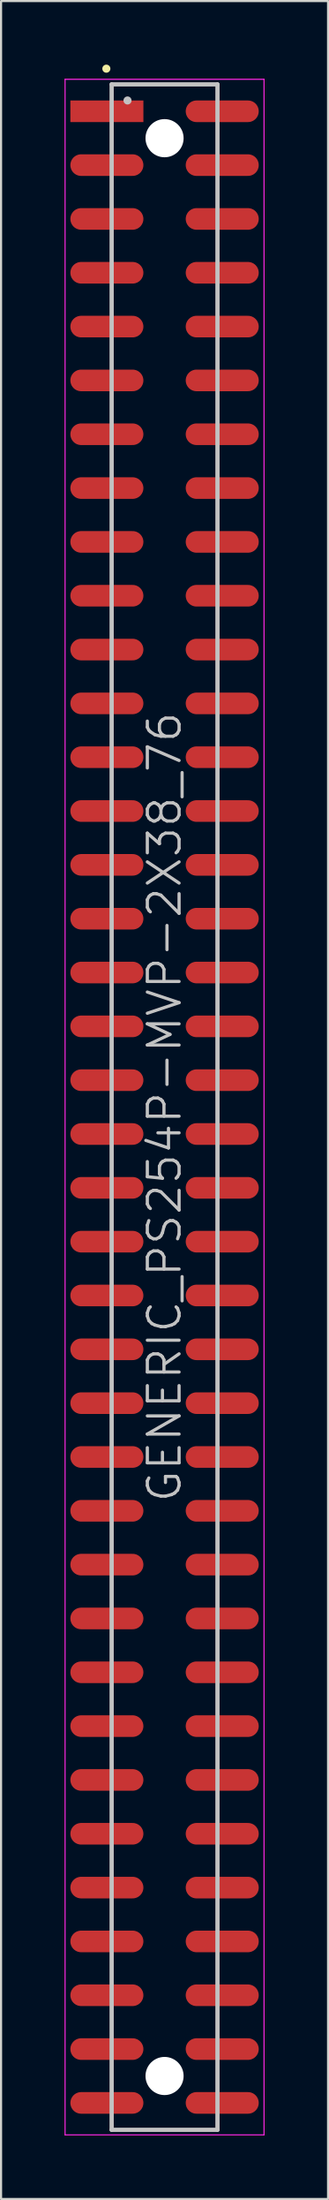
<source format=kicad_pcb>
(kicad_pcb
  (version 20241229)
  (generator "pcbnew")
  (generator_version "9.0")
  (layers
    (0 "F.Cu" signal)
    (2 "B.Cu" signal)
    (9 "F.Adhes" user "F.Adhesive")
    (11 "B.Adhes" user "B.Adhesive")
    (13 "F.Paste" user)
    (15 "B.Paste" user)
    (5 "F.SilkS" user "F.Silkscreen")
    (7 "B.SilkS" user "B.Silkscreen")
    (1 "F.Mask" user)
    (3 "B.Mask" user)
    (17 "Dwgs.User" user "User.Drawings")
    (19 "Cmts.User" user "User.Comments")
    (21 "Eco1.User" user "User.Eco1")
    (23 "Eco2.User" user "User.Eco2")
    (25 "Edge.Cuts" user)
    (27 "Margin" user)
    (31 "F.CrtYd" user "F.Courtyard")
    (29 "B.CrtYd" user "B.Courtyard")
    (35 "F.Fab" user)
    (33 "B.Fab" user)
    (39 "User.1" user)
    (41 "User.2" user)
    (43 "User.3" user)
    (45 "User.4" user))
  (footprint "GENERIC_PS254P-MVP-2X38_76"
    (layer "F.Cu")
    (at 4.725 49.191)
    (property "Reference" "GENERIC_PS254P-MVP-2X38_76" (at 0 0 90) (layer "Dwgs.User") (effects (font (size 1.5 1.5) (thickness 0.15))))
    (attr smd)
    (fp_line (start -2.75 -49) (end -2.75 -49) (stroke (width 0.381) (type solid)) (layer "F.SilkS"))
    (fp_line (start -2.5 -48.26) (end -2.5 48.26) (stroke (width 0.2) (type solid)) (layer "Dwgs.User"))
    (fp_line (start -2.5 -48.26) (end 2.5 -48.26) (stroke (width 0.2) (type solid)) (layer "Dwgs.User"))
    (fp_line (start -2.5 48.26) (end 2.5 48.26) (stroke (width 0.2) (type solid)) (layer "Dwgs.User"))
    (fp_line (start -1.75 -47.5) (end -1.75 -47.5) (stroke (width 0.381) (type solid)) (layer "Dwgs.User"))
    (fp_line (start 2.5 -48.26) (end 2.5 48.26) (stroke (width 0.2) (type solid)) (layer "Dwgs.User"))
    (fp_line (start -4.7 -48.5) (end -4.7 48.5) (stroke (width 0.05) (type solid)) (layer "F.CrtYd"))
    (fp_line (start -4.7 -48.5) (end 4.7 -48.5) (stroke (width 0.05) (type solid)) (layer "F.CrtYd"))
    (fp_line (start -4.7 48.5) (end 4.7 48.5) (stroke (width 0.05) (type solid)) (layer "F.CrtYd"))
    (fp_line (start 4.7 -48.5) (end 4.7 48.5) (stroke (width 0.05) (type solid)) (layer "F.CrtYd"))
    (pad "" np_thru_hole circle (at 0 -45.72 270) (size 1.8 1.8) (drill 1.8) (layers "*.Cu" "*.Mask"))
    (pad "" np_thru_hole circle (at 0 45.72 270) (size 1.8 1.8) (drill 1.8) (layers "*.Cu" "*.Mask"))
    (pad "1" smd rect (at -2.725 -46.99 270) (size 1.02 3.45) (layers "F.Cu" "F.Mask" "F.Paste"))
    (pad "2" smd oval (at 2.725 -46.99 270) (size 1.02 3.45) (layers "F.Cu" "F.Mask" "F.Paste"))
    (pad "3" smd oval (at -2.725 -44.45 270) (size 1.02 3.45) (layers "F.Cu" "F.Mask" "F.Paste"))
    (pad "4" smd oval (at 2.725 -44.45 270) (size 1.02 3.45) (layers "F.Cu" "F.Mask" "F.Paste"))
    (pad "5" smd oval (at -2.725 -41.91 270) (size 1.02 3.45) (layers "F.Cu" "F.Mask" "F.Paste"))
    (pad "6" smd oval (at 2.725 -41.91 270) (size 1.02 3.45) (layers "F.Cu" "F.Mask" "F.Paste"))
    (pad "7" smd oval (at -2.725 -39.37 270) (size 1.02 3.45) (layers "F.Cu" "F.Mask" "F.Paste"))
    (pad "8" smd oval (at 2.725 -39.37 270) (size 1.02 3.45) (layers "F.Cu" "F.Mask" "F.Paste"))
    (pad "9" smd oval (at -2.725 -36.83 270) (size 1.02 3.45) (layers "F.Cu" "F.Mask" "F.Paste"))
    (pad "10" smd oval (at 2.725 -36.83 270) (size 1.02 3.45) (layers "F.Cu" "F.Mask" "F.Paste"))
    (pad "11" smd oval (at -2.725 -34.29 270) (size 1.02 3.45) (layers "F.Cu" "F.Mask" "F.Paste"))
    (pad "12" smd oval (at 2.725 -34.29 270) (size 1.02 3.45) (layers "F.Cu" "F.Mask" "F.Paste"))
    (pad "13" smd oval (at -2.725 -31.75 270) (size 1.02 3.45) (layers "F.Cu" "F.Mask" "F.Paste"))
    (pad "14" smd oval (at 2.725 -31.75 270) (size 1.02 3.45) (layers "F.Cu" "F.Mask" "F.Paste"))
    (pad "15" smd oval (at -2.725 -29.21 270) (size 1.02 3.45) (layers "F.Cu" "F.Mask" "F.Paste"))
    (pad "16" smd oval (at 2.725 -29.21 270) (size 1.02 3.45) (layers "F.Cu" "F.Mask" "F.Paste"))
    (pad "17" smd oval (at -2.725 -26.67 270) (size 1.02 3.45) (layers "F.Cu" "F.Mask" "F.Paste"))
    (pad "18" smd oval (at 2.725 -26.67 270) (size 1.02 3.45) (layers "F.Cu" "F.Mask" "F.Paste"))
    (pad "19" smd oval (at -2.725 -24.13 270) (size 1.02 3.45) (layers "F.Cu" "F.Mask" "F.Paste"))
    (pad "20" smd oval (at 2.725 -24.13 270) (size 1.02 3.45) (layers "F.Cu" "F.Mask" "F.Paste"))
    (pad "21" smd oval (at -2.725 -21.59 270) (size 1.02 3.45) (layers "F.Cu" "F.Mask" "F.Paste"))
    (pad "22" smd oval (at 2.725 -21.59 270) (size 1.02 3.45) (layers "F.Cu" "F.Mask" "F.Paste"))
    (pad "23" smd oval (at -2.725 -19.05 270) (size 1.02 3.45) (layers "F.Cu" "F.Mask" "F.Paste"))
    (pad "24" smd oval (at 2.725 -19.05 270) (size 1.02 3.45) (layers "F.Cu" "F.Mask" "F.Paste"))
    (pad "25" smd oval (at -2.725 -16.51 270) (size 1.02 3.45) (layers "F.Cu" "F.Mask" "F.Paste"))
    (pad "26" smd oval (at 2.725 -16.51 270) (size 1.02 3.45) (layers "F.Cu" "F.Mask" "F.Paste"))
    (pad "27" smd oval (at -2.725 -13.97 270) (size 1.02 3.45) (layers "F.Cu" "F.Mask" "F.Paste"))
    (pad "28" smd oval (at 2.725 -13.97 270) (size 1.02 3.45) (layers "F.Cu" "F.Mask" "F.Paste"))
    (pad "29" smd oval (at -2.725 -11.43 270) (size 1.02 3.45) (layers "F.Cu" "F.Mask" "F.Paste"))
    (pad "30" smd oval (at 2.725 -11.43 270) (size 1.02 3.45) (layers "F.Cu" "F.Mask" "F.Paste"))
    (pad "31" smd oval (at -2.725 -8.89 270) (size 1.02 3.45) (layers "F.Cu" "F.Mask" "F.Paste"))
    (pad "32" smd oval (at 2.725 -8.89 270) (size 1.02 3.45) (layers "F.Cu" "F.Mask" "F.Paste"))
    (pad "33" smd oval (at -2.725 -6.35 270) (size 1.02 3.45) (layers "F.Cu" "F.Mask" "F.Paste"))
    (pad "34" smd oval (at 2.725 -6.35 270) (size 1.02 3.45) (layers "F.Cu" "F.Mask" "F.Paste"))
    (pad "35" smd oval (at -2.725 -3.81 270) (size 1.02 3.45) (layers "F.Cu" "F.Mask" "F.Paste"))
    (pad "36" smd oval (at 2.725 -3.81 270) (size 1.02 3.45) (layers "F.Cu" "F.Mask" "F.Paste"))
    (pad "37" smd oval (at -2.725 -1.27 270) (size 1.02 3.45) (layers "F.Cu" "F.Mask" "F.Paste"))
    (pad "38" smd oval (at 2.725 -1.27 270) (size 1.02 3.45) (layers "F.Cu" "F.Mask" "F.Paste"))
    (pad "39" smd oval (at -2.725 1.27 270) (size 1.02 3.45) (layers "F.Cu" "F.Mask" "F.Paste"))
    (pad "40" smd oval (at 2.725 1.27 270) (size 1.02 3.45) (layers "F.Cu" "F.Mask" "F.Paste"))
    (pad "41" smd oval (at -2.725 3.81 270) (size 1.02 3.45) (layers "F.Cu" "F.Mask" "F.Paste"))
    (pad "42" smd oval (at 2.725 3.81 270) (size 1.02 3.45) (layers "F.Cu" "F.Mask" "F.Paste"))
    (pad "43" smd oval (at -2.725 6.35 270) (size 1.02 3.45) (layers "F.Cu" "F.Mask" "F.Paste"))
    (pad "44" smd oval (at 2.725 6.35 270) (size 1.02 3.45) (layers "F.Cu" "F.Mask" "F.Paste"))
    (pad "45" smd oval (at -2.725 8.89 270) (size 1.02 3.45) (layers "F.Cu" "F.Mask" "F.Paste"))
    (pad "46" smd oval (at 2.725 8.89 270) (size 1.02 3.45) (layers "F.Cu" "F.Mask" "F.Paste"))
    (pad "47" smd oval (at -2.725 11.43 270) (size 1.02 3.45) (layers "F.Cu" "F.Mask" "F.Paste"))
    (pad "48" smd oval (at 2.725 11.43 270) (size 1.02 3.45) (layers "F.Cu" "F.Mask" "F.Paste"))
    (pad "49" smd oval (at -2.725 13.97 270) (size 1.02 3.45) (layers "F.Cu" "F.Mask" "F.Paste"))
    (pad "50" smd oval (at 2.725 13.97 270) (size 1.02 3.45) (layers "F.Cu" "F.Mask" "F.Paste"))
    (pad "51" smd oval (at -2.725 16.51 270) (size 1.02 3.45) (layers "F.Cu" "F.Mask" "F.Paste"))
    (pad "52" smd oval (at 2.725 16.51 270) (size 1.02 3.45) (layers "F.Cu" "F.Mask" "F.Paste"))
    (pad "53" smd oval (at -2.725 19.05 270) (size 1.02 3.45) (layers "F.Cu" "F.Mask" "F.Paste"))
    (pad "54" smd oval (at 2.725 19.05 270) (size 1.02 3.45) (layers "F.Cu" "F.Mask" "F.Paste"))
    (pad "55" smd oval (at -2.725 21.59 270) (size 1.02 3.45) (layers "F.Cu" "F.Mask" "F.Paste"))
    (pad "56" smd oval (at 2.725 21.59 270) (size 1.02 3.45) (layers "F.Cu" "F.Mask" "F.Paste"))
    (pad "57" smd oval (at -2.725 24.13 270) (size 1.02 3.45) (layers "F.Cu" "F.Mask" "F.Paste"))
    (pad "58" smd oval (at 2.725 24.13 270) (size 1.02 3.45) (layers "F.Cu" "F.Mask" "F.Paste"))
    (pad "59" smd oval (at -2.725 26.67 270) (size 1.02 3.45) (layers "F.Cu" "F.Mask" "F.Paste"))
    (pad "60" smd oval (at 2.725 26.67 270) (size 1.02 3.45) (layers "F.Cu" "F.Mask" "F.Paste"))
    (pad "61" smd oval (at -2.725 29.21 270) (size 1.02 3.45) (layers "F.Cu" "F.Mask" "F.Paste"))
    (pad "62" smd oval (at 2.725 29.21 270) (size 1.02 3.45) (layers "F.Cu" "F.Mask" "F.Paste"))
    (pad "63" smd oval (at -2.725 31.75 270) (size 1.02 3.45) (layers "F.Cu" "F.Mask" "F.Paste"))
    (pad "64" smd oval (at 2.725 31.75 270) (size 1.02 3.45) (layers "F.Cu" "F.Mask" "F.Paste"))
    (pad "65" smd oval (at -2.725 34.29 270) (size 1.02 3.45) (layers "F.Cu" "F.Mask" "F.Paste"))
    (pad "66" smd oval (at 2.725 34.29 270) (size 1.02 3.45) (layers "F.Cu" "F.Mask" "F.Paste"))
    (pad "67" smd oval (at -2.725 36.83 270) (size 1.02 3.45) (layers "F.Cu" "F.Mask" "F.Paste"))
    (pad "68" smd oval (at 2.725 36.83 270) (size 1.02 3.45) (layers "F.Cu" "F.Mask" "F.Paste"))
    (pad "69" smd oval (at -2.725 39.37 270) (size 1.02 3.45) (layers "F.Cu" "F.Mask" "F.Paste"))
    (pad "70" smd oval (at 2.725 39.37 270) (size 1.02 3.45) (layers "F.Cu" "F.Mask" "F.Paste"))
    (pad "71" smd oval (at -2.725 41.91 270) (size 1.02 3.45) (layers "F.Cu" "F.Mask" "F.Paste"))
    (pad "72" smd oval (at 2.725 41.91 270) (size 1.02 3.45) (layers "F.Cu" "F.Mask" "F.Paste"))
    (pad "73" smd oval (at -2.725 44.45 270) (size 1.02 3.45) (layers "F.Cu" "F.Mask" "F.Paste"))
    (pad "74" smd oval (at 2.725 44.45 270) (size 1.02 3.45) (layers "F.Cu" "F.Mask" "F.Paste"))
    (pad "75" smd oval (at -2.725 46.99 270) (size 1.02 3.45) (layers "F.Cu" "F.Mask" "F.Paste"))
    (pad "76" smd oval (at 2.725 46.99 270) (size 1.02 3.45) (layers "F.Cu" "F.Mask" "F.Paste")))
  (gr_rect
    (start -3 -3)
    (end 12.45 100.716)
    (stroke (width 0.1) (type default))
    (fill no)
    (layer "Edge.Cuts")))
</source>
